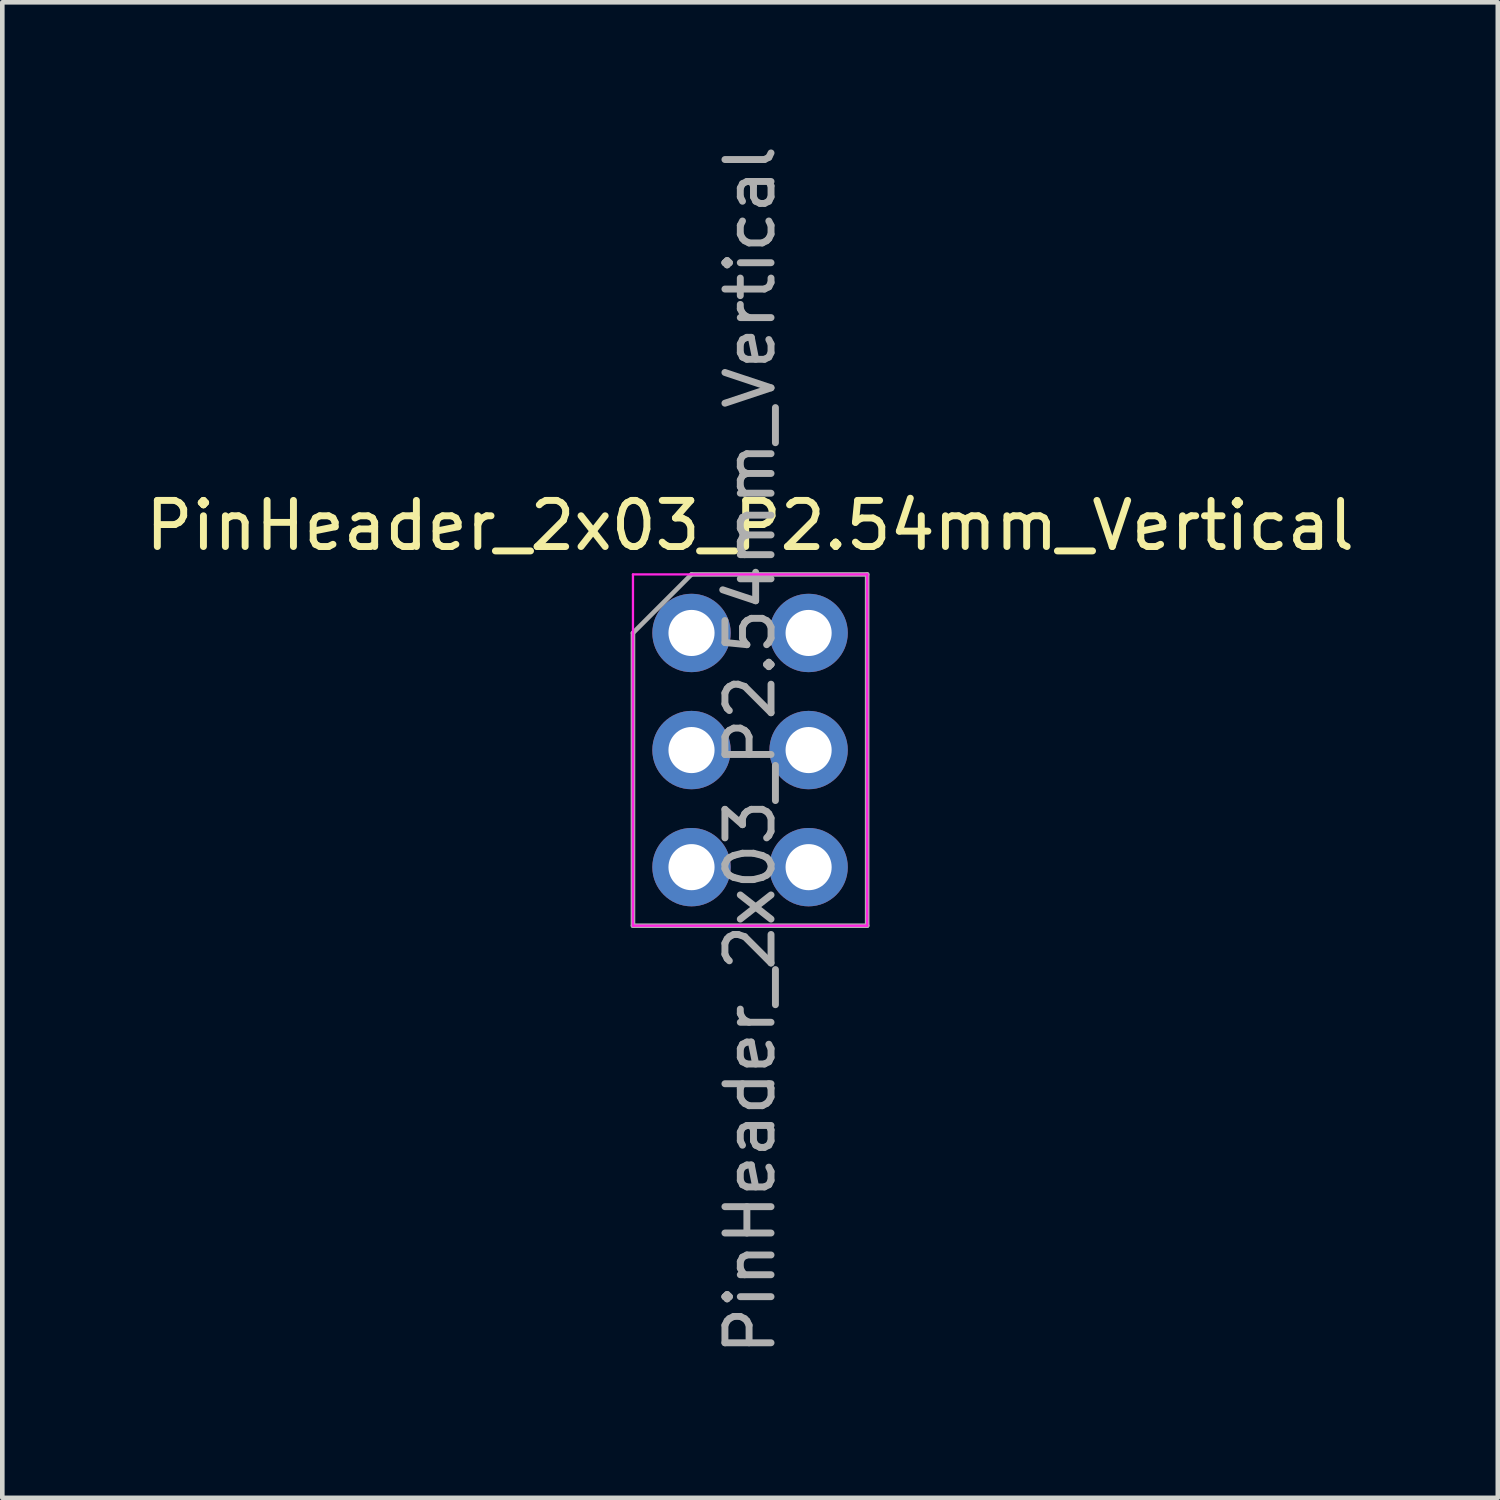
<source format=kicad_pcb>
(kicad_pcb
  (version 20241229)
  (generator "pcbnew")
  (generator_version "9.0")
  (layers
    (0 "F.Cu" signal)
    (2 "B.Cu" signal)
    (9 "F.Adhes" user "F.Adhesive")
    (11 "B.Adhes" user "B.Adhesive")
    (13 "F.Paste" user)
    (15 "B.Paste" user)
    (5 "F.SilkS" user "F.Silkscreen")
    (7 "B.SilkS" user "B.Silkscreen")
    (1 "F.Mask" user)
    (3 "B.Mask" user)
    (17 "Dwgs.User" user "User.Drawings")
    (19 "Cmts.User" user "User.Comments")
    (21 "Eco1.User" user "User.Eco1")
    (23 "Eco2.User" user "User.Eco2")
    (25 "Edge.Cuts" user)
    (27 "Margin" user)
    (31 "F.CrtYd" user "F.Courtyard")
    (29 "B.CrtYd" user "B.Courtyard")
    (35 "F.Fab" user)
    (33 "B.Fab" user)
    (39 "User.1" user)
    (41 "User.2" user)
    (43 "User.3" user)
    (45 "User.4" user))
  (footprint "PinHeader_2x03_P2.54mm_Vertical"
    (layer "F.Cu")
    (at 11.95 10.68)
    (property "Reference" "PinHeader_2x03_P2.54mm_Vertical" (at 1.27 -2.33 0) (layer "F.SilkS") (effects (font (size 1 1) (thickness 0.15))))
    (attr through_hole)
    (fp_line (start -1.27 -1.27) (end -1.27 6.35) (stroke (width 0.05) (type solid)) (layer "F.CrtYd"))
    (fp_line (start -1.27 6.35) (end 3.81 6.35) (stroke (width 0.05) (type solid)) (layer "F.CrtYd"))
    (fp_line (start 3.81 -1.27) (end -1.27 -1.27) (stroke (width 0.05) (type solid)) (layer "F.CrtYd"))
    (fp_line (start 3.81 6.35) (end 3.81 -1.27) (stroke (width 0.05) (type solid)) (layer "F.CrtYd"))
    (fp_line (start -1.27 0) (end 0 -1.27) (stroke (width 0.1) (type solid)) (layer "F.Fab"))
    (fp_line (start -1.27 6.35) (end -1.27 0) (stroke (width 0.1) (type solid)) (layer "F.Fab"))
    (fp_line (start 0 -1.27) (end 3.81 -1.27) (stroke (width 0.1) (type solid)) (layer "F.Fab"))
    (fp_line (start 3.81 -1.27) (end 3.81 6.35) (stroke (width 0.1) (type solid)) (layer "F.Fab"))
    (fp_line (start 3.81 6.35) (end -1.27 6.35) (stroke (width 0.1) (type solid)) (layer "F.Fab"))
    (fp_text user "${REFERENCE}" (at 1.27 2.54 90) (layer "F.Fab") (effects (font (size 1 1) (thickness 0.15))))
    (pad "1" thru_hole circle (at 0 0) (size 1.7 1.7) (drill 1) (layers "*.Cu" "*.Mask"))
    (pad "2" thru_hole oval (at 2.54 0) (size 1.7 1.7) (drill 1) (layers "*.Cu" "*.Mask"))
    (pad "3" thru_hole oval (at 0 2.54) (size 1.7 1.7) (drill 1) (layers "*.Cu" "*.Mask"))
    (pad "4" thru_hole oval (at 2.54 2.54) (size 1.7 1.7) (drill 1) (layers "*.Cu" "*.Mask"))
    (pad "5" thru_hole oval (at 0 5.08) (size 1.7 1.7) (drill 1) (layers "*.Cu" "*.Mask"))
    (pad "6" thru_hole oval (at 2.54 5.08) (size 1.7 1.7) (drill 1) (layers "*.Cu" "*.Mask")))
  (gr_rect
    (start -3 -3)
    (end 29.44 29.44)
    (stroke (width 0.1) (type default))
    (fill no)
    (layer "Edge.Cuts")))
</source>
